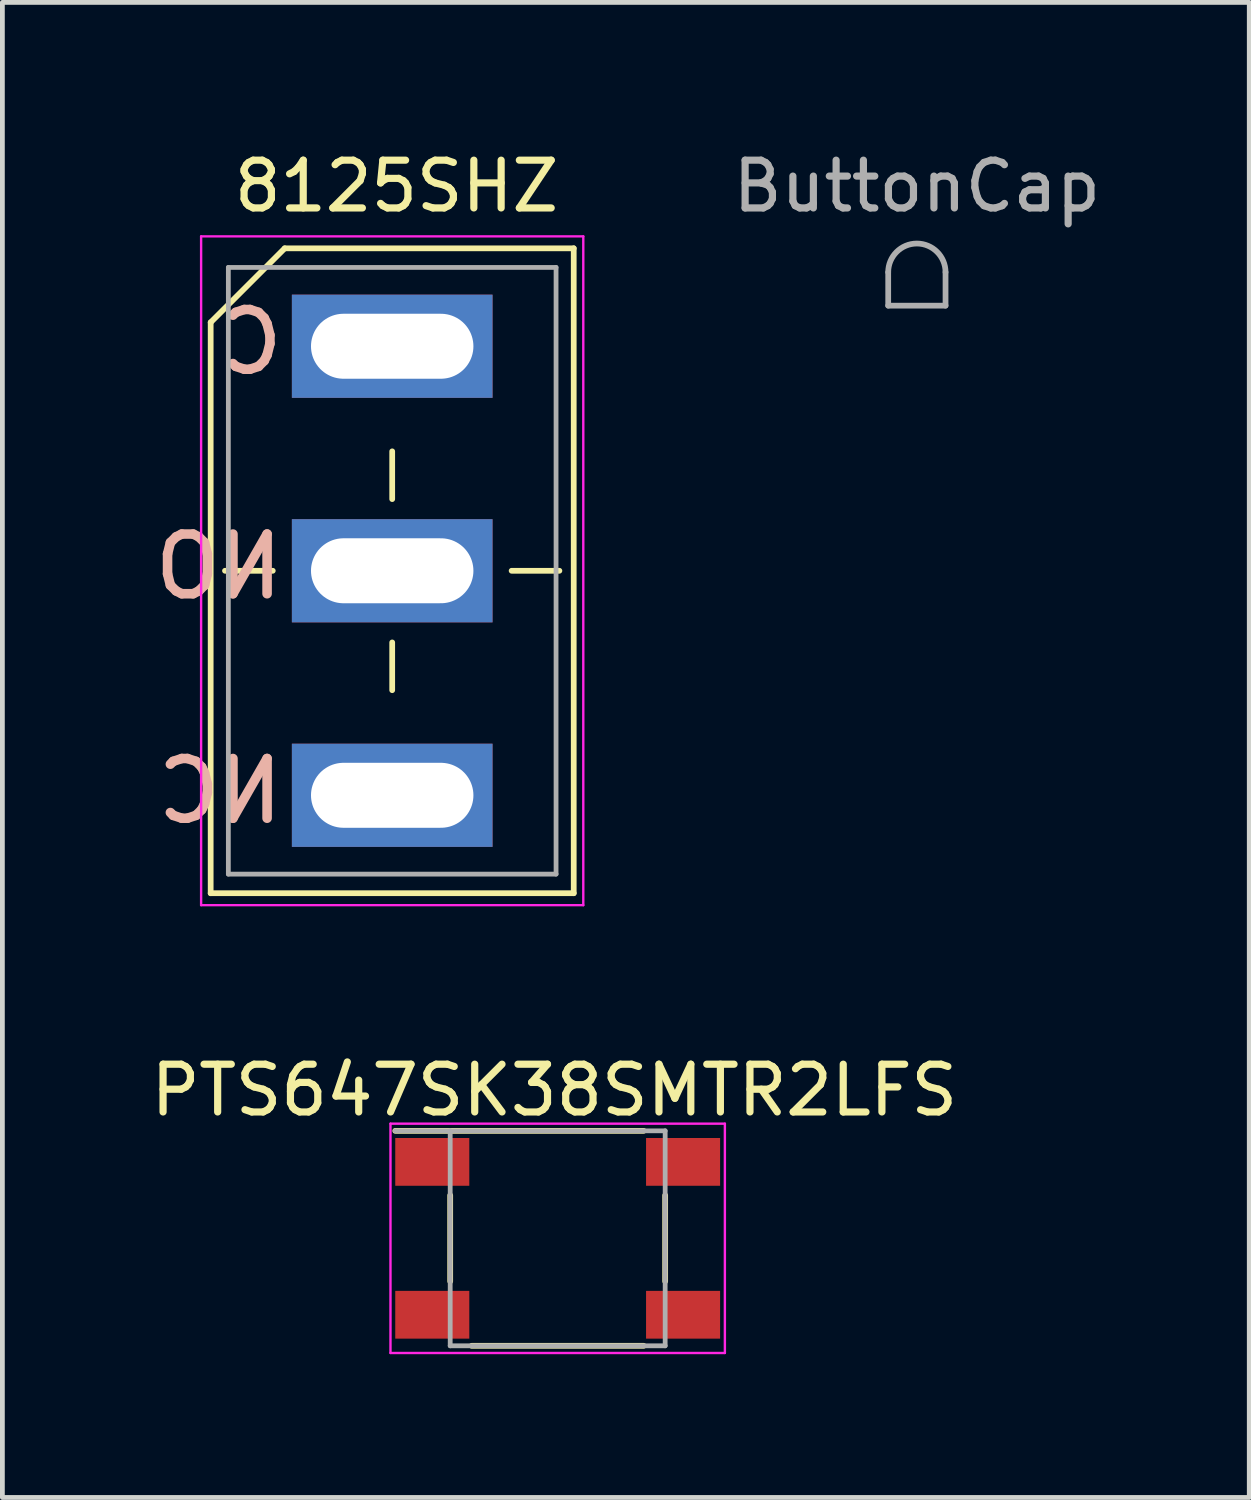
<source format=kicad_pcb>
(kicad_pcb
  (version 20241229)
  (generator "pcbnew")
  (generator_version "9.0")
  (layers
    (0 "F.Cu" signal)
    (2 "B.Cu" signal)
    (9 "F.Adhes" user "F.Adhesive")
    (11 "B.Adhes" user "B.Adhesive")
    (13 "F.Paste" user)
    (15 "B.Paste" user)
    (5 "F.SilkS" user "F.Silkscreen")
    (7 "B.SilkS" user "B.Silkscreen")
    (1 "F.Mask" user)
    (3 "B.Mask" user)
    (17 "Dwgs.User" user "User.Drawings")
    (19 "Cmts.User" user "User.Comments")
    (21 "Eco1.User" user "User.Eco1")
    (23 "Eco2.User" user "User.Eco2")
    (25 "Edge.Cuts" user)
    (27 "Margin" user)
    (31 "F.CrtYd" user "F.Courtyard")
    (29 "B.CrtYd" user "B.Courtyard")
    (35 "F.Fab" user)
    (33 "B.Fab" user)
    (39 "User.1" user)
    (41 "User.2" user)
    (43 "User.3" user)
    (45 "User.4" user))
  (footprint "PTS647SK38SMTR2LFS"
    (layer "F.Cu")
    (at 8.624 22.872)
    (property "Reference" "PTS647SK38SMTR2LFS" (at -0.07 -3.1 0) (layer "F.SilkS") (effects (font (size 1 1) (thickness 0.15))))
    (attr through_hole)
    (fp_line (start -3.4 -2.25) (end 1.8 -2.25) (stroke (width 0.12) (type solid)) (layer "F.SilkS"))
    (fp_line (start -2.25 -0.9) (end -2.25 0.9) (stroke (width 0.12) (type solid)) (layer "F.SilkS"))
    (fp_line (start -1.8 2.25) (end 1.8 2.25) (stroke (width 0.12) (type solid)) (layer "F.SilkS"))
    (fp_line (start 2.25 -0.9) (end 2.25 0.9) (stroke (width 0.12) (type solid)) (layer "F.SilkS"))
    (fp_line (start -3.5 -2.4) (end 3.5 -2.4) (stroke (width 0.05) (type solid)) (layer "F.CrtYd"))
    (fp_line (start -3.5 2.4) (end -3.5 -2.4) (stroke (width 0.05) (type solid)) (layer "F.CrtYd"))
    (fp_line (start 3.5 -2.4) (end 3.5 2.4) (stroke (width 0.05) (type solid)) (layer "F.CrtYd"))
    (fp_line (start 3.5 2.4) (end -3.5 2.4) (stroke (width 0.05) (type solid)) (layer "F.CrtYd"))
    (fp_line (start -3.4 -2.25) (end 2.25 -2.25) (stroke (width 0.1) (type solid)) (layer "F.Fab"))
    (fp_line (start -2.25 2.25) (end -2.25 -2.25) (stroke (width 0.1) (type solid)) (layer "F.Fab"))
    (fp_line (start 2.25 -2.25) (end 2.25 2.25) (stroke (width 0.1) (type solid)) (layer "F.Fab"))
    (fp_line (start 2.25 2.25) (end -2.25 2.25) (stroke (width 0.1) (type solid)) (layer "F.Fab"))
    (pad "1" smd rect (at -2.625 -1.6) (size 1.55 1) (layers "F.Cu" "F.Mask" "F.Paste"))
    (pad "2" smd rect (at 2.625 -1.6) (size 1.55 1) (layers "F.Cu" "F.Mask" "F.Paste"))
    (pad "3" smd rect (at -2.625 1.6) (size 1.55 1) (layers "F.Cu" "F.Mask" "F.Paste"))
    (pad "4" smd rect (at 2.625 1.6) (size 1.55 1) (layers "F.Cu" "F.Mask" "F.Paste")))
  (footprint "ButtonCap"
    (layer "F.Cu")
    (at 16.143 2.648)
    (property "Reference" "ButtonCap" (at 0 -1.8 0) (layer "F.Fab") (effects (font (size 1 1) (thickness 0.15))))
    (attr through_hole)
    (fp_line (start -0.6 0) (end -0.6 0.7) (stroke (width 0.12) (type solid)) (layer "F.Fab"))
    (fp_line (start -0.6 0.7) (end 0.6 0.7) (stroke (width 0.12) (type solid)) (layer "F.Fab"))
    (fp_line (start 0.6 0.7) (end 0.6 0) (stroke (width 0.12) (type solid)) (layer "F.Fab"))
    (fp_arc (start -0.6 0) (mid 0 -0.6) (end 0.6 0) (stroke (width 0.12) (type solid)) (layer "F.Fab")))
  (footprint "8125SHZ"
    (layer "F.Cu")
    (at 5.16 8.898)
    (property "Reference" "8125SHZ" (at 0.09 -8.05 0) (layer "F.SilkS") (effects (font (size 1 1) (thickness 0.15))))
    (attr through_hole)
    (fp_line (start -3.8 6.75) (end -3.8 -5.2) (stroke (width 0.12) (type solid)) (layer "F.SilkS"))
    (fp_line (start -2.5 0) (end -3.5 0) (stroke (width 0.12) (type solid)) (layer "F.SilkS"))
    (fp_line (start -2.25 -6.75) (end -3.8 -5.2) (stroke (width 0.12) (type solid)) (layer "F.SilkS"))
    (fp_line (start -2.25 -6.75) (end 3.8 -6.75) (stroke (width 0.12) (type solid)) (layer "F.SilkS"))
    (fp_line (start 0 -1.5) (end 0 -2.5) (stroke (width 0.12) (type solid)) (layer "F.SilkS"))
    (fp_line (start 0 2.5) (end 0 1.5) (stroke (width 0.12) (type solid)) (layer "F.SilkS"))
    (fp_line (start 3.5 0) (end 2.5 0) (stroke (width 0.12) (type solid)) (layer "F.SilkS"))
    (fp_line (start 3.8 -6.75) (end 3.8 6.75) (stroke (width 0.12) (type solid)) (layer "F.SilkS"))
    (fp_line (start 3.8 6.75) (end -3.8 6.75) (stroke (width 0.12) (type solid)) (layer "F.SilkS"))
    (fp_line (start -4 -7) (end 4 -7) (stroke (width 0.05) (type solid)) (layer "F.CrtYd"))
    (fp_line (start -4 7) (end -4 -7) (stroke (width 0.05) (type solid)) (layer "F.CrtYd"))
    (fp_line (start 4 -7) (end 4 7) (stroke (width 0.05) (type solid)) (layer "F.CrtYd"))
    (fp_line (start 4 7) (end -4 7) (stroke (width 0.05) (type solid)) (layer "F.CrtYd"))
    (fp_line (start -3.43 -6.35) (end 3.43 -6.35) (stroke (width 0.1) (type solid)) (layer "F.Fab"))
    (fp_line (start -3.43 6.35) (end -3.43 -6.35) (stroke (width 0.1) (type solid)) (layer "F.Fab"))
    (fp_line (start 3.43 -6.35) (end 3.43 6.35) (stroke (width 0.1) (type solid)) (layer "F.Fab"))
    (fp_line (start 3.43 6.35) (end -3.43 6.35) (stroke (width 0.1) (type solid)) (layer "F.Fab"))
    (fp_text user "NO" (at -2.19 -0.087 0) (unlocked yes) (layer "B.SilkS") (effects (font (size 1.25 1.25) (thickness 0.2)) (justify left mirror)))
    (fp_text user "C" (at -2.19 -4.787 0) (unlocked yes) (layer "B.SilkS") (effects (font (size 1.25 1.25) (thickness 0.2)) (justify left mirror)))
    (fp_text user "NC" (at -2.19 4.612 0) (unlocked yes) (layer "B.SilkS") (effects (font (size 1.25 1.25) (thickness 0.2)) (justify left mirror)))
    (pad "1" thru_hole rect (at 0 -4.7) (size 4.2 2.16) (drill oval 3.4 1.36) (layers "*.Cu" "*.Mask"))
    (pad "2" thru_hole rect (at 0 0) (size 4.2 2.16) (drill oval 3.4 1.36) (layers "*.Cu" "*.Mask"))
    (pad "3" thru_hole rect (at 0 4.7) (size 4.2 2.16) (drill oval 3.4 1.36) (layers "*.Cu" "*.Mask")))
  (gr_rect
    (start -3 -3)
    (end 23.101 28.297)
    (stroke (width 0.1) (type default))
    (fill no)
    (layer "Edge.Cuts")))
</source>
